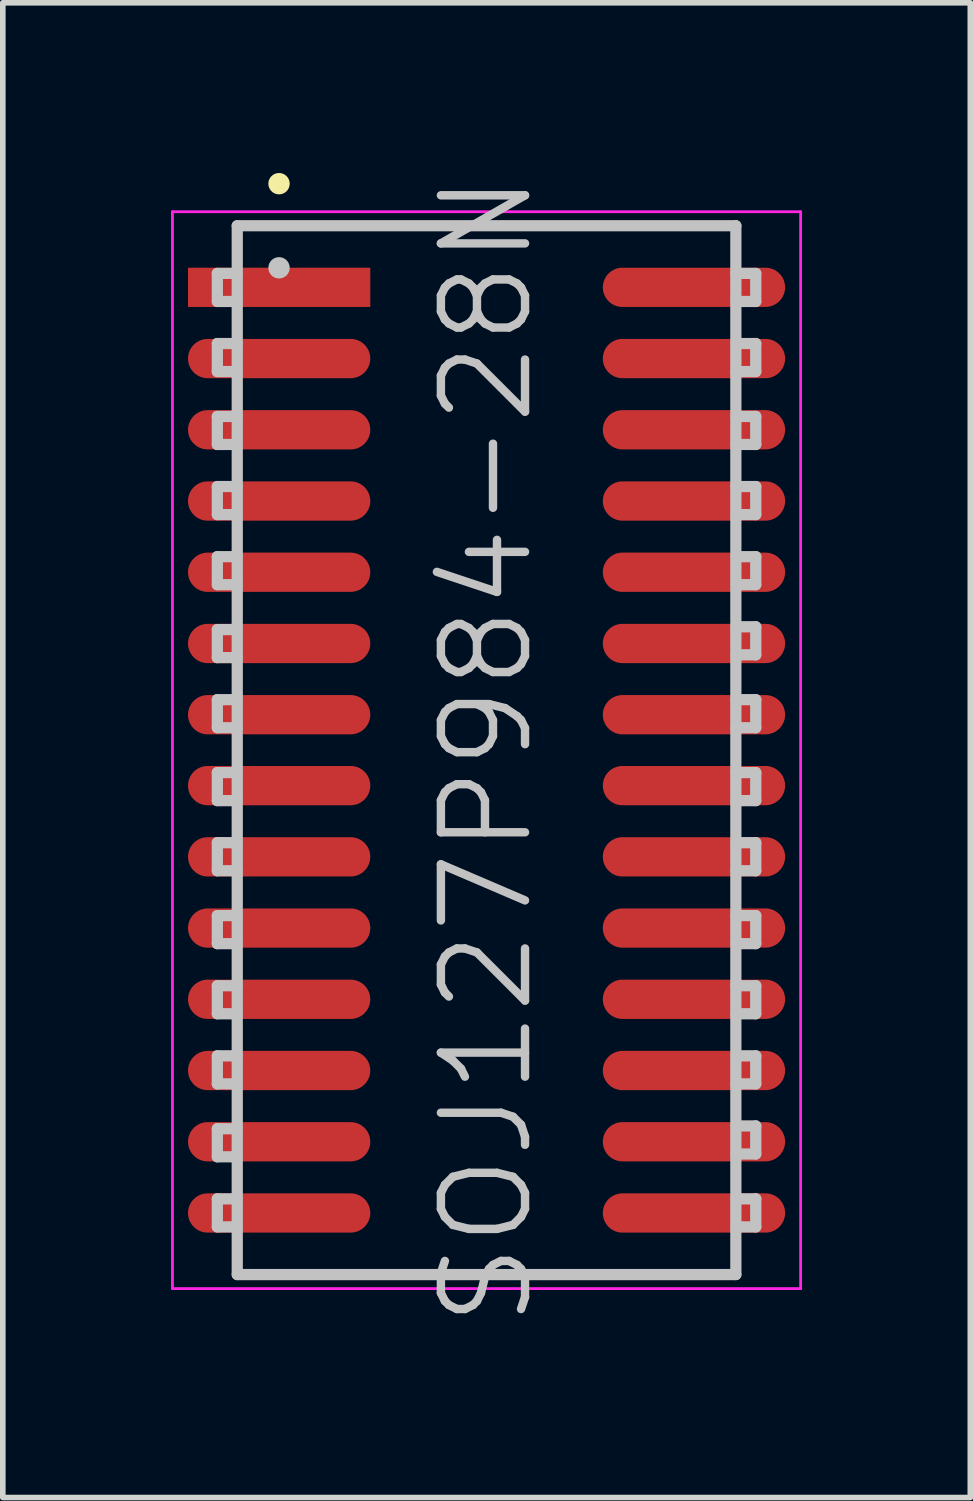
<source format=kicad_pcb>
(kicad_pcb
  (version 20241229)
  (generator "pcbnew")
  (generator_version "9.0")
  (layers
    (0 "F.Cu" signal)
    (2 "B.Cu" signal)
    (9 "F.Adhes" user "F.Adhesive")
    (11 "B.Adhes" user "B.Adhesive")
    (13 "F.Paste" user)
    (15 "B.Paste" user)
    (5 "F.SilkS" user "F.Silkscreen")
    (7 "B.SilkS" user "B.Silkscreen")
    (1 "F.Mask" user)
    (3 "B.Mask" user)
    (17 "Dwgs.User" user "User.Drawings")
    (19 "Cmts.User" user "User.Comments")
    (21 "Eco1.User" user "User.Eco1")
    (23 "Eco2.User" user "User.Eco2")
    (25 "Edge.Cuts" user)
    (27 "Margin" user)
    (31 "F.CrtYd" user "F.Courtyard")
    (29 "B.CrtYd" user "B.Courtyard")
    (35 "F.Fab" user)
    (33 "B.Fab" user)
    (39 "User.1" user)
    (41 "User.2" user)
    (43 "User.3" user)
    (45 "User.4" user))
  (footprint "SOJ127P984-28N"
    (layer "F.Cu")
    (at 5.625 10.325)
    (property "Reference" "SOJ127P984-28N" (at 0 0 90) (layer "Dwgs.User") (effects (font (size 1.5 1.5) (thickness 0.15))))
    (attr smd)
    (fp_line (start -3.7 -10.1) (end -3.7 -10.1) (stroke (width 0.381) (type solid)) (layer "F.SilkS"))
    (fp_line (start -4.8 -8.5) (end -4.8 -8) (stroke (width 0.2) (type solid)) (layer "Dwgs.User"))
    (fp_line (start -4.8 -8) (end -4.45 -8) (stroke (width 0.2) (type solid)) (layer "Dwgs.User"))
    (fp_line (start -4.8 -7.25) (end -4.8 -6.75) (stroke (width 0.2) (type solid)) (layer "Dwgs.User"))
    (fp_line (start -4.8 -6.75) (end -4.45 -6.75) (stroke (width 0.2) (type solid)) (layer "Dwgs.User"))
    (fp_line (start -4.8 -5.95) (end -4.8 -5.45) (stroke (width 0.2) (type solid)) (layer "Dwgs.User"))
    (fp_line (start -4.8 -5.45) (end -4.45 -5.45) (stroke (width 0.2) (type solid)) (layer "Dwgs.User"))
    (fp_line (start -4.8 -4.7) (end -4.8 -4.2) (stroke (width 0.2) (type solid)) (layer "Dwgs.User"))
    (fp_line (start -4.8 -4.2) (end -4.45 -4.2) (stroke (width 0.2) (type solid)) (layer "Dwgs.User"))
    (fp_line (start -4.8 -3.45) (end -4.8 -2.95) (stroke (width 0.2) (type solid)) (layer "Dwgs.User"))
    (fp_line (start -4.8 -2.95) (end -4.45 -2.95) (stroke (width 0.2) (type solid)) (layer "Dwgs.User"))
    (fp_line (start -4.8 -2.15) (end -4.8 -1.65) (stroke (width 0.2) (type solid)) (layer "Dwgs.User"))
    (fp_line (start -4.8 -1.65) (end -4.45 -1.65) (stroke (width 0.2) (type solid)) (layer "Dwgs.User"))
    (fp_line (start -4.8 -0.9) (end -4.8 -0.4) (stroke (width 0.2) (type solid)) (layer "Dwgs.User"))
    (fp_line (start -4.8 -0.4) (end -4.45 -0.4) (stroke (width 0.2) (type solid)) (layer "Dwgs.User"))
    (fp_line (start -4.8 0.4) (end -4.8 0.9) (stroke (width 0.2) (type solid)) (layer "Dwgs.User"))
    (fp_line (start -4.8 0.9) (end -4.45 0.9) (stroke (width 0.2) (type solid)) (layer "Dwgs.User"))
    (fp_line (start -4.8 1.65) (end -4.8 2.15) (stroke (width 0.2) (type solid)) (layer "Dwgs.User"))
    (fp_line (start -4.8 2.15) (end -4.45 2.15) (stroke (width 0.2) (type solid)) (layer "Dwgs.User"))
    (fp_line (start -4.8 2.95) (end -4.8 3.45) (stroke (width 0.2) (type solid)) (layer "Dwgs.User"))
    (fp_line (start -4.8 3.45) (end -4.45 3.45) (stroke (width 0.2) (type solid)) (layer "Dwgs.User"))
    (fp_line (start -4.8 4.2) (end -4.8 4.7) (stroke (width 0.2) (type solid)) (layer "Dwgs.User"))
    (fp_line (start -4.8 4.7) (end -4.45 4.7) (stroke (width 0.2) (type solid)) (layer "Dwgs.User"))
    (fp_line (start -4.8 5.45) (end -4.8 5.95) (stroke (width 0.2) (type solid)) (layer "Dwgs.User"))
    (fp_line (start -4.8 5.95) (end -4.45 5.95) (stroke (width 0.2) (type solid)) (layer "Dwgs.User"))
    (fp_line (start -4.8 6.75) (end -4.8 7.25) (stroke (width 0.2) (type solid)) (layer "Dwgs.User"))
    (fp_line (start -4.8 7.25) (end -4.45 7.25) (stroke (width 0.2) (type solid)) (layer "Dwgs.User"))
    (fp_line (start -4.8 8) (end -4.8 8.5) (stroke (width 0.2) (type solid)) (layer "Dwgs.User"))
    (fp_line (start -4.8 8.5) (end -4.45 8.5) (stroke (width 0.2) (type solid)) (layer "Dwgs.User"))
    (fp_line (start -4.45 -8.5) (end -4.8 -8.5) (stroke (width 0.2) (type solid)) (layer "Dwgs.User"))
    (fp_line (start -4.45 -7.25) (end -4.8 -7.25) (stroke (width 0.2) (type solid)) (layer "Dwgs.User"))
    (fp_line (start -4.45 -5.95) (end -4.8 -5.95) (stroke (width 0.2) (type solid)) (layer "Dwgs.User"))
    (fp_line (start -4.45 -4.7) (end -4.8 -4.7) (stroke (width 0.2) (type solid)) (layer "Dwgs.User"))
    (fp_line (start -4.45 -3.45) (end -4.8 -3.45) (stroke (width 0.2) (type solid)) (layer "Dwgs.User"))
    (fp_line (start -4.45 -2.15) (end -4.8 -2.15) (stroke (width 0.2) (type solid)) (layer "Dwgs.User"))
    (fp_line (start -4.45 -0.9) (end -4.8 -0.9) (stroke (width 0.2) (type solid)) (layer "Dwgs.User"))
    (fp_line (start -4.45 0.4) (end -4.8 0.4) (stroke (width 0.2) (type solid)) (layer "Dwgs.User"))
    (fp_line (start -4.45 1.65) (end -4.8 1.65) (stroke (width 0.2) (type solid)) (layer "Dwgs.User"))
    (fp_line (start -4.45 2.95) (end -4.8 2.95) (stroke (width 0.2) (type solid)) (layer "Dwgs.User"))
    (fp_line (start -4.45 4.2) (end -4.8 4.2) (stroke (width 0.2) (type solid)) (layer "Dwgs.User"))
    (fp_line (start -4.45 5.45) (end -4.8 5.45) (stroke (width 0.2) (type solid)) (layer "Dwgs.User"))
    (fp_line (start -4.45 6.75) (end -4.8 6.75) (stroke (width 0.2) (type solid)) (layer "Dwgs.User"))
    (fp_line (start -4.45 8) (end -4.8 8) (stroke (width 0.2) (type solid)) (layer "Dwgs.User"))
    (fp_line (start -4.445 -9.35) (end -4.445 9.35) (stroke (width 0.2) (type solid)) (layer "Dwgs.User"))
    (fp_line (start -4.445 -9.35) (end 4.445 -9.35) (stroke (width 0.2) (type solid)) (layer "Dwgs.User"))
    (fp_line (start -4.445 9.35) (end 4.445 9.35) (stroke (width 0.2) (type solid)) (layer "Dwgs.User"))
    (fp_line (start -3.7 -8.6) (end -3.7 -8.6) (stroke (width 0.381) (type solid)) (layer "Dwgs.User"))
    (fp_line (start 4.445 -9.35) (end 4.445 9.35) (stroke (width 0.2) (type solid)) (layer "Dwgs.User"))
    (fp_line (start 4.45 -8.5) (end 4.8 -8.5) (stroke (width 0.2) (type solid)) (layer "Dwgs.User"))
    (fp_line (start 4.45 -7.25) (end 4.8 -7.25) (stroke (width 0.2) (type solid)) (layer "Dwgs.User"))
    (fp_line (start 4.45 -5.95) (end 4.8 -5.95) (stroke (width 0.2) (type solid)) (layer "Dwgs.User"))
    (fp_line (start 4.45 -4.7) (end 4.8 -4.7) (stroke (width 0.2) (type solid)) (layer "Dwgs.User"))
    (fp_line (start 4.45 -3.45) (end 4.8 -3.45) (stroke (width 0.2) (type solid)) (layer "Dwgs.User"))
    (fp_line (start 4.45 -2.2) (end 4.8 -2.2) (stroke (width 0.2) (type solid)) (layer "Dwgs.User"))
    (fp_line (start 4.45 -0.9) (end 4.8 -0.9) (stroke (width 0.2) (type solid)) (layer "Dwgs.User"))
    (fp_line (start 4.45 0.4) (end 4.8 0.4) (stroke (width 0.2) (type solid)) (layer "Dwgs.User"))
    (fp_line (start 4.45 1.65) (end 4.8 1.65) (stroke (width 0.2) (type solid)) (layer "Dwgs.User"))
    (fp_line (start 4.45 2.95) (end 4.8 2.95) (stroke (width 0.2) (type solid)) (layer "Dwgs.User"))
    (fp_line (start 4.45 4.2) (end 4.8 4.2) (stroke (width 0.2) (type solid)) (layer "Dwgs.User"))
    (fp_line (start 4.45 5.45) (end 4.8 5.45) (stroke (width 0.2) (type solid)) (layer "Dwgs.User"))
    (fp_line (start 4.45 6.7) (end 4.8 6.7) (stroke (width 0.2) (type solid)) (layer "Dwgs.User"))
    (fp_line (start 4.45 8) (end 4.8 8) (stroke (width 0.2) (type solid)) (layer "Dwgs.User"))
    (fp_line (start 4.8 -8.5) (end 4.8 -8) (stroke (width 0.2) (type solid)) (layer "Dwgs.User"))
    (fp_line (start 4.8 -8) (end 4.45 -8) (stroke (width 0.2) (type solid)) (layer "Dwgs.User"))
    (fp_line (start 4.8 -7.25) (end 4.8 -6.75) (stroke (width 0.2) (type solid)) (layer "Dwgs.User"))
    (fp_line (start 4.8 -6.75) (end 4.45 -6.75) (stroke (width 0.2) (type solid)) (layer "Dwgs.User"))
    (fp_line (start 4.8 -5.95) (end 4.8 -5.45) (stroke (width 0.2) (type solid)) (layer "Dwgs.User"))
    (fp_line (start 4.8 -5.45) (end 4.45 -5.45) (stroke (width 0.2) (type solid)) (layer "Dwgs.User"))
    (fp_line (start 4.8 -4.7) (end 4.8 -4.2) (stroke (width 0.2) (type solid)) (layer "Dwgs.User"))
    (fp_line (start 4.8 -4.2) (end 4.45 -4.2) (stroke (width 0.2) (type solid)) (layer "Dwgs.User"))
    (fp_line (start 4.8 -3.45) (end 4.8 -2.95) (stroke (width 0.2) (type solid)) (layer "Dwgs.User"))
    (fp_line (start 4.8 -2.95) (end 4.45 -2.95) (stroke (width 0.2) (type solid)) (layer "Dwgs.User"))
    (fp_line (start 4.8 -2.2) (end 4.8 -1.7) (stroke (width 0.2) (type solid)) (layer "Dwgs.User"))
    (fp_line (start 4.8 -1.7) (end 4.45 -1.7) (stroke (width 0.2) (type solid)) (layer "Dwgs.User"))
    (fp_line (start 4.8 -0.9) (end 4.8 -0.4) (stroke (width 0.2) (type solid)) (layer "Dwgs.User"))
    (fp_line (start 4.8 -0.4) (end 4.45 -0.4) (stroke (width 0.2) (type solid)) (layer "Dwgs.User"))
    (fp_line (start 4.8 0.4) (end 4.8 0.9) (stroke (width 0.2) (type solid)) (layer "Dwgs.User"))
    (fp_line (start 4.8 0.9) (end 4.45 0.9) (stroke (width 0.2) (type solid)) (layer "Dwgs.User"))
    (fp_line (start 4.8 1.65) (end 4.8 2.15) (stroke (width 0.2) (type solid)) (layer "Dwgs.User"))
    (fp_line (start 4.8 2.15) (end 4.45 2.15) (stroke (width 0.2) (type solid)) (layer "Dwgs.User"))
    (fp_line (start 4.8 2.95) (end 4.8 3.45) (stroke (width 0.2) (type solid)) (layer "Dwgs.User"))
    (fp_line (start 4.8 3.45) (end 4.45 3.45) (stroke (width 0.2) (type solid)) (layer "Dwgs.User"))
    (fp_line (start 4.8 4.2) (end 4.8 4.7) (stroke (width 0.2) (type solid)) (layer "Dwgs.User"))
    (fp_line (start 4.8 4.7) (end 4.45 4.7) (stroke (width 0.2) (type solid)) (layer "Dwgs.User"))
    (fp_line (start 4.8 5.45) (end 4.8 5.95) (stroke (width 0.2) (type solid)) (layer "Dwgs.User"))
    (fp_line (start 4.8 5.95) (end 4.45 5.95) (stroke (width 0.2) (type solid)) (layer "Dwgs.User"))
    (fp_line (start 4.8 6.7) (end 4.8 7.2) (stroke (width 0.2) (type solid)) (layer "Dwgs.User"))
    (fp_line (start 4.8 7.2) (end 4.45 7.2) (stroke (width 0.2) (type solid)) (layer "Dwgs.User"))
    (fp_line (start 4.8 8) (end 4.8 8.5) (stroke (width 0.2) (type solid)) (layer "Dwgs.User"))
    (fp_line (start 4.8 8.5) (end 4.45 8.5) (stroke (width 0.2) (type solid)) (layer "Dwgs.User"))
    (fp_line (start -5.6 -9.6) (end -5.6 9.6) (stroke (width 0.05) (type solid)) (layer "F.CrtYd"))
    (fp_line (start -5.6 -9.6) (end 5.6 -9.6) (stroke (width 0.05) (type solid)) (layer "F.CrtYd"))
    (fp_line (start -5.6 9.6) (end 5.6 9.6) (stroke (width 0.05) (type solid)) (layer "F.CrtYd"))
    (fp_line (start 5.6 -9.6) (end 5.6 9.6) (stroke (width 0.05) (type solid)) (layer "F.CrtYd"))
    (pad "1" smd rect (at -3.698 -8.252 90) (size 0.7 3.25) (layers "F.Cu" "F.Mask" "F.Paste"))
    (pad "2" smd oval (at -3.698 -6.982 90) (size 0.7 3.25) (layers "F.Cu" "F.Mask" "F.Paste"))
    (pad "3" smd oval (at -3.698 -5.712 90) (size 0.7 3.25) (layers "F.Cu" "F.Mask" "F.Paste"))
    (pad "4" smd oval (at -3.698 -4.442 90) (size 0.7 3.25) (layers "F.Cu" "F.Mask" "F.Paste"))
    (pad "5" smd oval (at -3.698 -3.172 90) (size 0.7 3.25) (layers "F.Cu" "F.Mask" "F.Paste"))
    (pad "6" smd oval (at -3.698 -1.902 90) (size 0.7 3.25) (layers "F.Cu" "F.Mask" "F.Paste"))
    (pad "7" smd oval (at -3.698 -0.632 90) (size 0.7 3.25) (layers "F.Cu" "F.Mask" "F.Paste"))
    (pad "8" smd oval (at -3.698 0.632 90) (size 0.7 3.25) (layers "F.Cu" "F.Mask" "F.Paste"))
    (pad "9" smd oval (at -3.698 1.902 90) (size 0.7 3.25) (layers "F.Cu" "F.Mask" "F.Paste"))
    (pad "10" smd oval (at -3.698 3.172 90) (size 0.7 3.25) (layers "F.Cu" "F.Mask" "F.Paste"))
    (pad "11" smd oval (at -3.698 4.442 90) (size 0.7 3.25) (layers "F.Cu" "F.Mask" "F.Paste"))
    (pad "12" smd oval (at -3.698 5.712 90) (size 0.7 3.25) (layers "F.Cu" "F.Mask" "F.Paste"))
    (pad "13" smd oval (at -3.698 6.982 90) (size 0.7 3.25) (layers "F.Cu" "F.Mask" "F.Paste"))
    (pad "14" smd oval (at -3.698 8.252 90) (size 0.7 3.25) (layers "F.Cu" "F.Mask" "F.Paste"))
    (pad "15" smd oval (at 3.698 8.252 270) (size 0.7 3.25) (layers "F.Cu" "F.Mask" "F.Paste"))
    (pad "16" smd oval (at 3.698 6.982 270) (size 0.7 3.25) (layers "F.Cu" "F.Mask" "F.Paste"))
    (pad "17" smd oval (at 3.698 5.712 270) (size 0.7 3.25) (layers "F.Cu" "F.Mask" "F.Paste"))
    (pad "18" smd oval (at 3.698 4.442 270) (size 0.7 3.25) (layers "F.Cu" "F.Mask" "F.Paste"))
    (pad "19" smd oval (at 3.698 3.172 270) (size 0.7 3.25) (layers "F.Cu" "F.Mask" "F.Paste"))
    (pad "20" smd oval (at 3.698 1.902 270) (size 0.7 3.25) (layers "F.Cu" "F.Mask" "F.Paste"))
    (pad "21" smd oval (at 3.698 0.632 270) (size 0.7 3.25) (layers "F.Cu" "F.Mask" "F.Paste"))
    (pad "22" smd oval (at 3.698 -0.632 270) (size 0.7 3.25) (layers "F.Cu" "F.Mask" "F.Paste"))
    (pad "23" smd oval (at 3.698 -1.902 270) (size 0.7 3.25) (layers "F.Cu" "F.Mask" "F.Paste"))
    (pad "24" smd oval (at 3.698 -3.172 270) (size 0.7 3.25) (layers "F.Cu" "F.Mask" "F.Paste"))
    (pad "25" smd oval (at 3.698 -4.442 270) (size 0.7 3.25) (layers "F.Cu" "F.Mask" "F.Paste"))
    (pad "26" smd oval (at 3.698 -5.712 270) (size 0.7 3.25) (layers "F.Cu" "F.Mask" "F.Paste"))
    (pad "27" smd oval (at 3.698 -6.982 270) (size 0.7 3.25) (layers "F.Cu" "F.Mask" "F.Paste"))
    (pad "28" smd oval (at 3.698 -8.252 270) (size 0.7 3.25) (layers "F.Cu" "F.Mask" "F.Paste")))
  (gr_rect
    (start -3 -3)
    (end 14.25 23.65)
    (stroke (width 0.1) (type default))
    (fill no)
    (layer "Edge.Cuts")))
</source>
